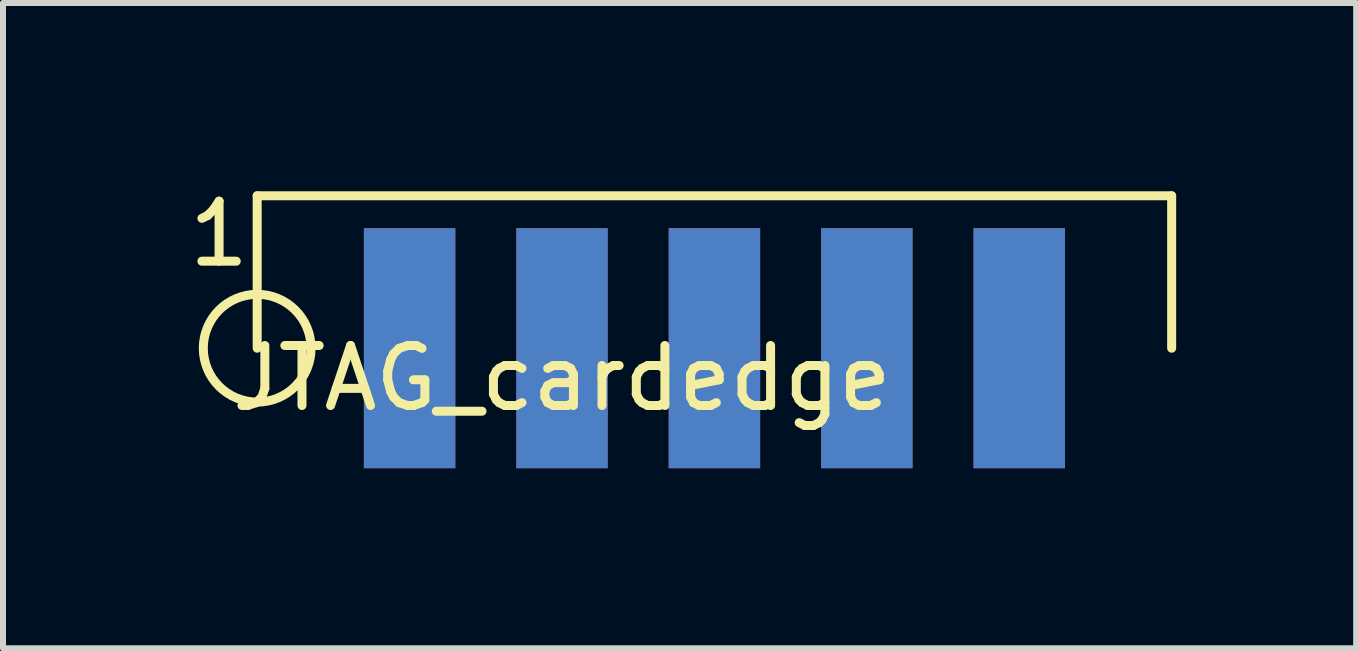
<source format=kicad_pcb>
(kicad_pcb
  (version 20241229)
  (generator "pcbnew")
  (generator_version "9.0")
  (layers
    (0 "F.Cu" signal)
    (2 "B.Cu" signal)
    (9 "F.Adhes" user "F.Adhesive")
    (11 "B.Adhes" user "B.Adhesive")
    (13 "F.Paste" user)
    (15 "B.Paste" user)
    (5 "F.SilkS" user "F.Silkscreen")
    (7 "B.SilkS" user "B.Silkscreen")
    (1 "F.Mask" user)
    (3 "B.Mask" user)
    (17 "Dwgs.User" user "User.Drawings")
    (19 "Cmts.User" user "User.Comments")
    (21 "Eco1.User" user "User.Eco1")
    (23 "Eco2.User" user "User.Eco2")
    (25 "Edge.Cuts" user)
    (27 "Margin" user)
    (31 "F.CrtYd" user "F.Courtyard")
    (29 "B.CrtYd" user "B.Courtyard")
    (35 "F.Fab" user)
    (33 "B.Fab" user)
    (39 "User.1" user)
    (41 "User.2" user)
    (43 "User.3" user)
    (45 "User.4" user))
  (footprint "JTAG_cardedge"
    (layer "F.Cu")
    (at 8.856 2.753)
    (property "Reference" "JTAG_cardedge" (at -2.54 0.5 0) (layer "F.SilkS") (effects (font (size 1 1) (thickness 0.15))))
    (attr through_hole)
    (fp_line (start -7.62 -2.54) (end -7.62 0) (stroke (width 0.15) (type solid)) (layer "F.SilkS"))
    (fp_line (start 7.62 -2.54) (end -7.62 -2.54) (stroke (width 0.15) (type solid)) (layer "F.SilkS"))
    (fp_line (start 7.62 -2.54) (end 7.62 0) (stroke (width 0.15) (type solid)) (layer "F.SilkS"))
    (fp_circle (center -7.62 0) (end -8.255 -0.635) (stroke (width 0.15) (type solid)) (fill no) (layer "F.SilkS"))
    (fp_text user "1" (at -8.255 -1.905 0) (layer "F.SilkS") (effects (font (size 1 1) (thickness 0.15))))
    (pad "1" smd rect (at -5.08 0) (size 1.524 4) (layers "F.Cu" "F.Mask" "F.Paste"))
    (pad "2" smd rect (at -5.08 0) (size 1.524 4) (layers "F.Mask" "B.Cu" "F.Paste"))
    (pad "3" smd rect (at -2.54 0) (size 1.524 4) (layers "F.Cu" "F.Mask" "F.Paste"))
    (pad "4" smd rect (at -2.54 0) (size 1.524 4) (layers "F.Mask" "B.Cu" "F.Paste"))
    (pad "5" smd rect (at 0 0) (size 1.524 4) (layers "F.Cu" "F.Mask" "F.Paste"))
    (pad "6" smd rect (at 0 0) (size 1.524 4) (layers "F.Mask" "B.Cu" "F.Paste"))
    (pad "7" smd rect (at 2.54 0) (size 1.524 4) (layers "F.Cu" "F.Mask" "F.Paste"))
    (pad "8" smd rect (at 2.54 0) (size 1.524 4) (layers "F.Mask" "B.Cu" "F.Paste"))
    (pad "9" smd rect (at 5.08 0) (size 1.524 4) (layers "F.Cu" "F.Mask" "F.Paste"))
    (pad "10" smd rect (at 5.08 0) (size 1.524 4) (layers "F.Mask" "B.Cu" "F.Paste")))
  (gr_rect
    (start -3 -3)
    (end 19.551 7.753)
    (stroke (width 0.1) (type default))
    (fill no)
    (layer "Edge.Cuts")))
</source>
